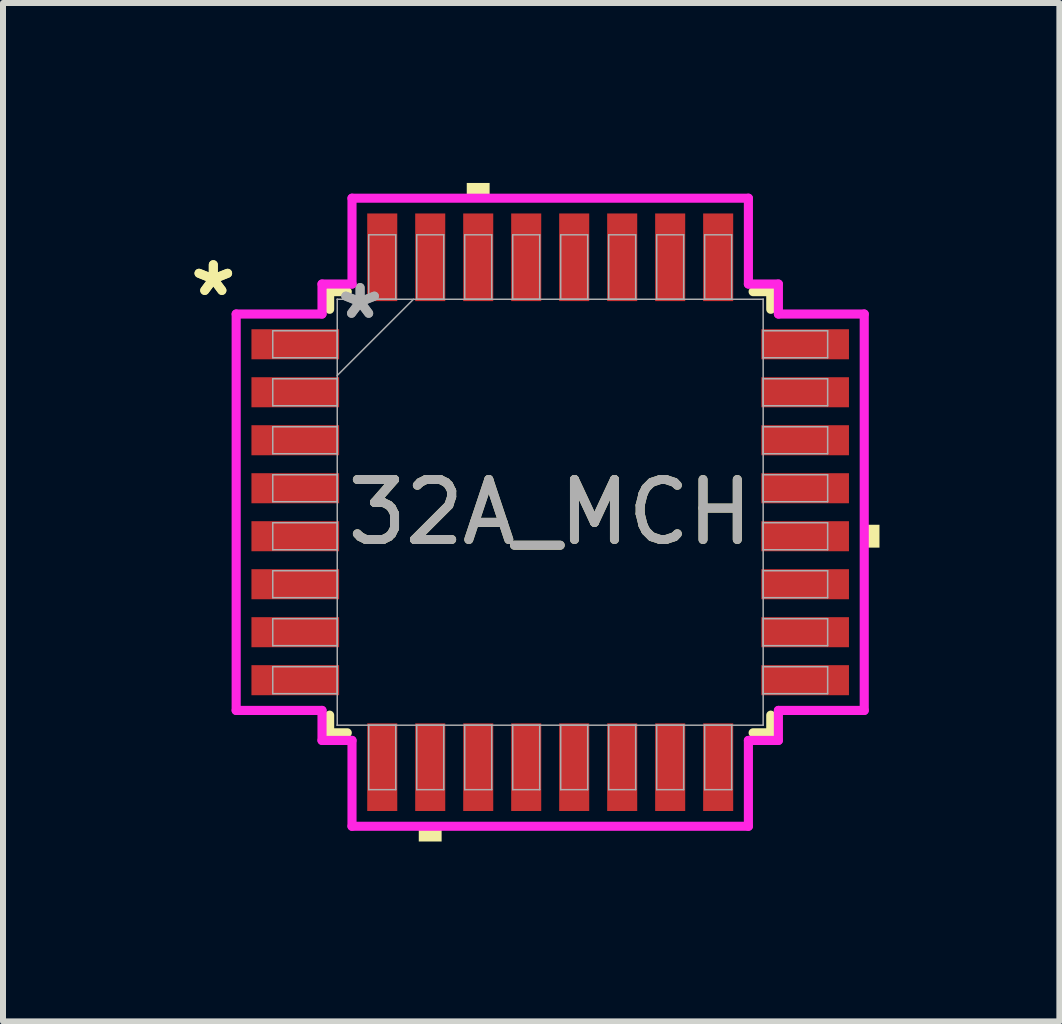
<source format=kicad_pcb>
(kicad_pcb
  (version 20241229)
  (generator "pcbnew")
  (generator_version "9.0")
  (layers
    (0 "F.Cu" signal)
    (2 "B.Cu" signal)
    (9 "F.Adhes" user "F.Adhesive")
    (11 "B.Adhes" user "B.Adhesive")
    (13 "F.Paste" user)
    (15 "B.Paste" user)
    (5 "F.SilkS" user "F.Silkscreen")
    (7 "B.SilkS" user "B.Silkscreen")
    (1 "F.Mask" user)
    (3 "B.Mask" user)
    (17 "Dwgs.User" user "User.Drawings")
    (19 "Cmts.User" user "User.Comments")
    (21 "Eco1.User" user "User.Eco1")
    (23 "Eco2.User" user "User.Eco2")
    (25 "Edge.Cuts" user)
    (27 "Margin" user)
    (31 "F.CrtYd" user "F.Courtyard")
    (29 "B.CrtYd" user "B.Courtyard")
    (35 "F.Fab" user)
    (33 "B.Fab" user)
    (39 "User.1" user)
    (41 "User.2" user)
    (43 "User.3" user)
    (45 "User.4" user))
  (footprint "32A_MCH"
    (layer "F.Cu")
    (at 6.122 5.489)
    (property "Reference" "32A_MCH" (at 0 0 0) (unlocked yes) (layer "F.SilkS") (effects (font (size 1 1) (thickness 0.15))))
    (attr smd)
    (fp_line (start -3.677 -3.677) (end -3.677 -3.383) (stroke (width 0.152) (type solid)) (layer "F.SilkS"))
    (fp_line (start -3.677 3.383) (end -3.677 3.677) (stroke (width 0.152) (type solid)) (layer "F.SilkS"))
    (fp_line (start -3.677 3.677) (end -3.383 3.677) (stroke (width 0.152) (type solid)) (layer "F.SilkS"))
    (fp_line (start -3.383 -3.677) (end -3.677 -3.677) (stroke (width 0.152) (type solid)) (layer "F.SilkS"))
    (fp_line (start 3.383 3.677) (end 3.677 3.677) (stroke (width 0.152) (type solid)) (layer "F.SilkS"))
    (fp_line (start 3.677 -3.677) (end 3.383 -3.677) (stroke (width 0.152) (type solid)) (layer "F.SilkS"))
    (fp_line (start 3.677 -3.383) (end 3.677 -3.677) (stroke (width 0.152) (type solid)) (layer "F.SilkS"))
    (fp_line (start 3.677 3.677) (end 3.677 3.383) (stroke (width 0.152) (type solid)) (layer "F.SilkS"))
    (fp_poly (pts (xy -2.191 5.235) (xy -2.191 5.489) (xy -1.81 5.489) (xy -1.81 5.235)) (stroke (width 0) (type solid)) (fill yes) (layer "F.SilkS"))
    (fp_poly (pts (xy -1.391 -5.235) (xy -1.391 -5.489) (xy -1.01 -5.489) (xy -1.01 -5.235)) (stroke (width 0) (type solid)) (fill yes) (layer "F.SilkS"))
    (fp_poly (pts (xy 5.489 0.209) (xy 5.489 0.59) (xy 5.235 0.59) (xy 5.235 0.209)) (stroke (width 0) (type solid)) (fill yes) (layer "F.SilkS"))
    (fp_line (start -5.235 -3.304) (end -3.804 -3.304) (stroke (width 0.152) (type solid)) (layer "F.CrtYd"))
    (fp_line (start -5.235 3.304) (end -5.235 -3.304) (stroke (width 0.152) (type solid)) (layer "F.CrtYd"))
    (fp_line (start -3.804 -3.804) (end -3.304 -3.804) (stroke (width 0.152) (type solid)) (layer "F.CrtYd"))
    (fp_line (start -3.804 -3.304) (end -3.804 -3.804) (stroke (width 0.152) (type solid)) (layer "F.CrtYd"))
    (fp_line (start -3.804 3.304) (end -5.235 3.304) (stroke (width 0.152) (type solid)) (layer "F.CrtYd"))
    (fp_line (start -3.804 3.804) (end -3.804 3.304) (stroke (width 0.152) (type solid)) (layer "F.CrtYd"))
    (fp_line (start -3.804 3.804) (end -3.304 3.804) (stroke (width 0.152) (type solid)) (layer "F.CrtYd"))
    (fp_line (start -3.304 -5.235) (end 3.304 -5.235) (stroke (width 0.152) (type solid)) (layer "F.CrtYd"))
    (fp_line (start -3.304 -3.804) (end -3.304 -5.235) (stroke (width 0.152) (type solid)) (layer "F.CrtYd"))
    (fp_line (start -3.304 3.804) (end -3.304 5.235) (stroke (width 0.152) (type solid)) (layer "F.CrtYd"))
    (fp_line (start -3.304 5.235) (end 3.304 5.235) (stroke (width 0.152) (type solid)) (layer "F.CrtYd"))
    (fp_line (start 3.304 -5.235) (end 3.304 -3.804) (stroke (width 0.152) (type solid)) (layer "F.CrtYd"))
    (fp_line (start 3.304 -3.804) (end 3.804 -3.804) (stroke (width 0.152) (type solid)) (layer "F.CrtYd"))
    (fp_line (start 3.304 3.804) (end 3.804 3.804) (stroke (width 0.152) (type solid)) (layer "F.CrtYd"))
    (fp_line (start 3.304 5.235) (end 3.304 3.804) (stroke (width 0.152) (type solid)) (layer "F.CrtYd"))
    (fp_line (start 3.804 -3.304) (end 3.804 -3.804) (stroke (width 0.152) (type solid)) (layer "F.CrtYd"))
    (fp_line (start 3.804 3.304) (end 5.235 3.304) (stroke (width 0.152) (type solid)) (layer "F.CrtYd"))
    (fp_line (start 3.804 3.804) (end 3.804 3.304) (stroke (width 0.152) (type solid)) (layer "F.CrtYd"))
    (fp_line (start 5.235 -3.304) (end 3.804 -3.304) (stroke (width 0.152) (type solid)) (layer "F.CrtYd"))
    (fp_line (start 5.235 3.304) (end 5.235 -3.304) (stroke (width 0.152) (type solid)) (layer "F.CrtYd"))
    (fp_line (start -4.625 -3.025) (end -4.625 -2.575) (stroke (width 0.025) (type solid)) (layer "F.Fab"))
    (fp_line (start -4.625 -2.575) (end -3.55 -2.575) (stroke (width 0.025) (type solid)) (layer "F.Fab"))
    (fp_line (start -4.625 -2.225) (end -4.625 -1.775) (stroke (width 0.025) (type solid)) (layer "F.Fab"))
    (fp_line (start -4.625 -1.775) (end -3.55 -1.775) (stroke (width 0.025) (type solid)) (layer "F.Fab"))
    (fp_line (start -4.625 -1.425) (end -4.625 -0.975) (stroke (width 0.025) (type solid)) (layer "F.Fab"))
    (fp_line (start -4.625 -0.975) (end -3.55 -0.975) (stroke (width 0.025) (type solid)) (layer "F.Fab"))
    (fp_line (start -4.625 -0.625) (end -4.625 -0.175) (stroke (width 0.025) (type solid)) (layer "F.Fab"))
    (fp_line (start -4.625 -0.175) (end -3.55 -0.175) (stroke (width 0.025) (type solid)) (layer "F.Fab"))
    (fp_line (start -4.625 0.175) (end -4.625 0.625) (stroke (width 0.025) (type solid)) (layer "F.Fab"))
    (fp_line (start -4.625 0.625) (end -3.55 0.625) (stroke (width 0.025) (type solid)) (layer "F.Fab"))
    (fp_line (start -4.625 0.975) (end -4.625 1.425) (stroke (width 0.025) (type solid)) (layer "F.Fab"))
    (fp_line (start -4.625 1.425) (end -3.55 1.425) (stroke (width 0.025) (type solid)) (layer "F.Fab"))
    (fp_line (start -4.625 1.775) (end -4.625 2.225) (stroke (width 0.025) (type solid)) (layer "F.Fab"))
    (fp_line (start -4.625 2.225) (end -3.55 2.225) (stroke (width 0.025) (type solid)) (layer "F.Fab"))
    (fp_line (start -4.625 2.575) (end -4.625 3.025) (stroke (width 0.025) (type solid)) (layer "F.Fab"))
    (fp_line (start -4.625 3.025) (end -3.55 3.025) (stroke (width 0.025) (type solid)) (layer "F.Fab"))
    (fp_line (start -3.55 -3.55) (end -3.55 -3.55) (stroke (width 0.025) (type solid)) (layer "F.Fab"))
    (fp_line (start -3.55 -3.55) (end -3.55 3.55) (stroke (width 0.025) (type solid)) (layer "F.Fab"))
    (fp_line (start -3.55 -3.025) (end -4.625 -3.025) (stroke (width 0.025) (type solid)) (layer "F.Fab"))
    (fp_line (start -3.55 -2.575) (end -3.55 -3.025) (stroke (width 0.025) (type solid)) (layer "F.Fab"))
    (fp_line (start -3.55 -2.28) (end -2.28 -3.55) (stroke (width 0.025) (type solid)) (layer "F.Fab"))
    (fp_line (start -3.55 -2.225) (end -4.625 -2.225) (stroke (width 0.025) (type solid)) (layer "F.Fab"))
    (fp_line (start -3.55 -1.775) (end -3.55 -2.225) (stroke (width 0.025) (type solid)) (layer "F.Fab"))
    (fp_line (start -3.55 -1.425) (end -4.625 -1.425) (stroke (width 0.025) (type solid)) (layer "F.Fab"))
    (fp_line (start -3.55 -0.975) (end -3.55 -1.425) (stroke (width 0.025) (type solid)) (layer "F.Fab"))
    (fp_line (start -3.55 -0.625) (end -4.625 -0.625) (stroke (width 0.025) (type solid)) (layer "F.Fab"))
    (fp_line (start -3.55 -0.175) (end -3.55 -0.625) (stroke (width 0.025) (type solid)) (layer "F.Fab"))
    (fp_line (start -3.55 0.175) (end -4.625 0.175) (stroke (width 0.025) (type solid)) (layer "F.Fab"))
    (fp_line (start -3.55 0.625) (end -3.55 0.175) (stroke (width 0.025) (type solid)) (layer "F.Fab"))
    (fp_line (start -3.55 0.975) (end -4.625 0.975) (stroke (width 0.025) (type solid)) (layer "F.Fab"))
    (fp_line (start -3.55 1.425) (end -3.55 0.975) (stroke (width 0.025) (type solid)) (layer "F.Fab"))
    (fp_line (start -3.55 1.775) (end -4.625 1.775) (stroke (width 0.025) (type solid)) (layer "F.Fab"))
    (fp_line (start -3.55 2.225) (end -3.55 1.775) (stroke (width 0.025) (type solid)) (layer "F.Fab"))
    (fp_line (start -3.55 2.575) (end -4.625 2.575) (stroke (width 0.025) (type solid)) (layer "F.Fab"))
    (fp_line (start -3.55 3.025) (end -3.55 2.575) (stroke (width 0.025) (type solid)) (layer "F.Fab"))
    (fp_line (start -3.55 3.55) (end -3.55 3.55) (stroke (width 0.025) (type solid)) (layer "F.Fab"))
    (fp_line (start -3.55 3.55) (end 3.55 3.55) (stroke (width 0.025) (type solid)) (layer "F.Fab"))
    (fp_line (start -3.025 -4.625) (end -3.025 -3.55) (stroke (width 0.025) (type solid)) (layer "F.Fab"))
    (fp_line (start -3.025 -3.55) (end -2.575 -3.55) (stroke (width 0.025) (type solid)) (layer "F.Fab"))
    (fp_line (start -3.025 3.55) (end -3.025 4.625) (stroke (width 0.025) (type solid)) (layer "F.Fab"))
    (fp_line (start -3.025 4.625) (end -2.575 4.625) (stroke (width 0.025) (type solid)) (layer "F.Fab"))
    (fp_line (start -2.575 3.55) (end -3.025 3.55) (stroke (width 0.025) (type solid)) (layer "F.Fab"))
    (fp_line (start -2.575 4.625) (end -2.575 3.55) (stroke (width 0.025) (type solid)) (layer "F.Fab"))
    (fp_line (start -2.575 -4.625) (end -3.025 -4.625) (stroke (width 0.025) (type solid)) (layer "F.Fab"))
    (fp_line (start -2.575 -3.55) (end -2.575 -4.625) (stroke (width 0.025) (type solid)) (layer "F.Fab"))
    (fp_line (start -2.225 -4.625) (end -2.225 -3.55) (stroke (width 0.025) (type solid)) (layer "F.Fab"))
    (fp_line (start -2.225 -3.55) (end -1.775 -3.55) (stroke (width 0.025) (type solid)) (layer "F.Fab"))
    (fp_line (start -2.225 3.55) (end -2.225 4.625) (stroke (width 0.025) (type solid)) (layer "F.Fab"))
    (fp_line (start -2.225 4.625) (end -1.775 4.625) (stroke (width 0.025) (type solid)) (layer "F.Fab"))
    (fp_line (start -1.775 -4.625) (end -2.225 -4.625) (stroke (width 0.025) (type solid)) (layer "F.Fab"))
    (fp_line (start -1.775 -3.55) (end -1.775 -4.625) (stroke (width 0.025) (type solid)) (layer "F.Fab"))
    (fp_line (start -1.775 3.55) (end -2.225 3.55) (stroke (width 0.025) (type solid)) (layer "F.Fab"))
    (fp_line (start -1.775 4.625) (end -1.775 3.55) (stroke (width 0.025) (type solid)) (layer "F.Fab"))
    (fp_line (start -1.425 -4.625) (end -1.425 -3.55) (stroke (width 0.025) (type solid)) (layer "F.Fab"))
    (fp_line (start -1.425 -3.55) (end -0.975 -3.55) (stroke (width 0.025) (type solid)) (layer "F.Fab"))
    (fp_line (start -1.425 3.55) (end -1.425 4.625) (stroke (width 0.025) (type solid)) (layer "F.Fab"))
    (fp_line (start -1.425 4.625) (end -0.975 4.625) (stroke (width 0.025) (type solid)) (layer "F.Fab"))
    (fp_line (start -0.975 -4.625) (end -1.425 -4.625) (stroke (width 0.025) (type solid)) (layer "F.Fab"))
    (fp_line (start -0.975 -3.55) (end -0.975 -4.625) (stroke (width 0.025) (type solid)) (layer "F.Fab"))
    (fp_line (start -0.975 3.55) (end -1.425 3.55) (stroke (width 0.025) (type solid)) (layer "F.Fab"))
    (fp_line (start -0.975 4.625) (end -0.975 3.55) (stroke (width 0.025) (type solid)) (layer "F.Fab"))
    (fp_line (start -0.625 -4.625) (end -0.625 -3.55) (stroke (width 0.025) (type solid)) (layer "F.Fab"))
    (fp_line (start -0.625 -3.55) (end -0.175 -3.55) (stroke (width 0.025) (type solid)) (layer "F.Fab"))
    (fp_line (start -0.625 3.55) (end -0.625 4.625) (stroke (width 0.025) (type solid)) (layer "F.Fab"))
    (fp_line (start -0.625 4.625) (end -0.175 4.625) (stroke (width 0.025) (type solid)) (layer "F.Fab"))
    (fp_line (start -0.175 -4.625) (end -0.625 -4.625) (stroke (width 0.025) (type solid)) (layer "F.Fab"))
    (fp_line (start -0.175 -3.55) (end -0.175 -4.625) (stroke (width 0.025) (type solid)) (layer "F.Fab"))
    (fp_line (start -0.175 3.55) (end -0.625 3.55) (stroke (width 0.025) (type solid)) (layer "F.Fab"))
    (fp_line (start -0.175 4.625) (end -0.175 3.55) (stroke (width 0.025) (type solid)) (layer "F.Fab"))
    (fp_line (start 0.175 -4.625) (end 0.175 -3.55) (stroke (width 0.025) (type solid)) (layer "F.Fab"))
    (fp_line (start 0.175 -3.55) (end 0.625 -3.55) (stroke (width 0.025) (type solid)) (layer "F.Fab"))
    (fp_line (start 0.175 3.55) (end 0.175 4.625) (stroke (width 0.025) (type solid)) (layer "F.Fab"))
    (fp_line (start 0.175 4.625) (end 0.625 4.625) (stroke (width 0.025) (type solid)) (layer "F.Fab"))
    (fp_line (start 0.625 -4.625) (end 0.175 -4.625) (stroke (width 0.025) (type solid)) (layer "F.Fab"))
    (fp_line (start 0.625 -3.55) (end 0.625 -4.625) (stroke (width 0.025) (type solid)) (layer "F.Fab"))
    (fp_line (start 0.625 3.55) (end 0.175 3.55) (stroke (width 0.025) (type solid)) (layer "F.Fab"))
    (fp_line (start 0.625 4.625) (end 0.625 3.55) (stroke (width 0.025) (type solid)) (layer "F.Fab"))
    (fp_line (start 0.975 -4.625) (end 0.975 -3.55) (stroke (width 0.025) (type solid)) (layer "F.Fab"))
    (fp_line (start 0.975 -3.55) (end 1.425 -3.55) (stroke (width 0.025) (type solid)) (layer "F.Fab"))
    (fp_line (start 0.975 3.55) (end 0.975 4.625) (stroke (width 0.025) (type solid)) (layer "F.Fab"))
    (fp_line (start 0.975 4.625) (end 1.425 4.625) (stroke (width 0.025) (type solid)) (layer "F.Fab"))
    (fp_line (start 1.425 -4.625) (end 0.975 -4.625) (stroke (width 0.025) (type solid)) (layer "F.Fab"))
    (fp_line (start 1.425 -3.55) (end 1.425 -4.625) (stroke (width 0.025) (type solid)) (layer "F.Fab"))
    (fp_line (start 1.425 3.55) (end 0.975 3.55) (stroke (width 0.025) (type solid)) (layer "F.Fab"))
    (fp_line (start 1.425 4.625) (end 1.425 3.55) (stroke (width 0.025) (type solid)) (layer "F.Fab"))
    (fp_line (start 1.775 -4.625) (end 1.775 -3.55) (stroke (width 0.025) (type solid)) (layer "F.Fab"))
    (fp_line (start 1.775 -3.55) (end 2.225 -3.55) (stroke (width 0.025) (type solid)) (layer "F.Fab"))
    (fp_line (start 1.775 3.55) (end 1.775 4.625) (stroke (width 0.025) (type solid)) (layer "F.Fab"))
    (fp_line (start 1.775 4.625) (end 2.225 4.625) (stroke (width 0.025) (type solid)) (layer "F.Fab"))
    (fp_line (start 2.225 -4.625) (end 1.775 -4.625) (stroke (width 0.025) (type solid)) (layer "F.Fab"))
    (fp_line (start 2.225 -3.55) (end 2.225 -4.625) (stroke (width 0.025) (type solid)) (layer "F.Fab"))
    (fp_line (start 2.225 3.55) (end 1.775 3.55) (stroke (width 0.025) (type solid)) (layer "F.Fab"))
    (fp_line (start 2.225 4.625) (end 2.225 3.55) (stroke (width 0.025) (type solid)) (layer "F.Fab"))
    (fp_line (start 2.575 3.55) (end 2.575 4.625) (stroke (width 0.025) (type solid)) (layer "F.Fab"))
    (fp_line (start 2.575 4.625) (end 3.025 4.625) (stroke (width 0.025) (type solid)) (layer "F.Fab"))
    (fp_line (start 2.575 -4.625) (end 2.575 -3.55) (stroke (width 0.025) (type solid)) (layer "F.Fab"))
    (fp_line (start 2.575 -3.55) (end 3.025 -3.55) (stroke (width 0.025) (type solid)) (layer "F.Fab"))
    (fp_line (start 3.025 -4.625) (end 2.575 -4.625) (stroke (width 0.025) (type solid)) (layer "F.Fab"))
    (fp_line (start 3.025 -3.55) (end 3.025 -4.625) (stroke (width 0.025) (type solid)) (layer "F.Fab"))
    (fp_line (start 3.025 3.55) (end 2.575 3.55) (stroke (width 0.025) (type solid)) (layer "F.Fab"))
    (fp_line (start 3.025 4.625) (end 3.025 3.55) (stroke (width 0.025) (type solid)) (layer "F.Fab"))
    (fp_line (start 3.55 -3.55) (end -3.55 -3.55) (stroke (width 0.025) (type solid)) (layer "F.Fab"))
    (fp_line (start 3.55 -3.55) (end 3.55 -3.55) (stroke (width 0.025) (type solid)) (layer "F.Fab"))
    (fp_line (start 3.55 -3.025) (end 3.55 -2.575) (stroke (width 0.025) (type solid)) (layer "F.Fab"))
    (fp_line (start 3.55 -2.575) (end 4.625 -2.575) (stroke (width 0.025) (type solid)) (layer "F.Fab"))
    (fp_line (start 3.55 -2.225) (end 3.55 -1.775) (stroke (width 0.025) (type solid)) (layer "F.Fab"))
    (fp_line (start 3.55 -1.775) (end 4.625 -1.775) (stroke (width 0.025) (type solid)) (layer "F.Fab"))
    (fp_line (start 3.55 -1.425) (end 3.55 -0.975) (stroke (width 0.025) (type solid)) (layer "F.Fab"))
    (fp_line (start 3.55 -0.975) (end 4.625 -0.975) (stroke (width 0.025) (type solid)) (layer "F.Fab"))
    (fp_line (start 3.55 -0.625) (end 3.55 -0.175) (stroke (width 0.025) (type solid)) (layer "F.Fab"))
    (fp_line (start 3.55 -0.175) (end 4.625 -0.175) (stroke (width 0.025) (type solid)) (layer "F.Fab"))
    (fp_line (start 3.55 0.175) (end 3.55 0.625) (stroke (width 0.025) (type solid)) (layer "F.Fab"))
    (fp_line (start 3.55 0.625) (end 4.625 0.625) (stroke (width 0.025) (type solid)) (layer "F.Fab"))
    (fp_line (start 3.55 0.975) (end 3.55 1.425) (stroke (width 0.025) (type solid)) (layer "F.Fab"))
    (fp_line (start 3.55 1.425) (end 4.625 1.425) (stroke (width 0.025) (type solid)) (layer "F.Fab"))
    (fp_line (start 3.55 1.775) (end 3.55 2.225) (stroke (width 0.025) (type solid)) (layer "F.Fab"))
    (fp_line (start 3.55 2.225) (end 4.625 2.225) (stroke (width 0.025) (type solid)) (layer "F.Fab"))
    (fp_line (start 3.55 2.575) (end 3.55 3.025) (stroke (width 0.025) (type solid)) (layer "F.Fab"))
    (fp_line (start 3.55 3.025) (end 4.625 3.025) (stroke (width 0.025) (type solid)) (layer "F.Fab"))
    (fp_line (start 3.55 3.55) (end 3.55 -3.55) (stroke (width 0.025) (type solid)) (layer "F.Fab"))
    (fp_line (start 3.55 3.55) (end 3.55 3.55) (stroke (width 0.025) (type solid)) (layer "F.Fab"))
    (fp_line (start 4.625 -3.025) (end 3.55 -3.025) (stroke (width 0.025) (type solid)) (layer "F.Fab"))
    (fp_line (start 4.625 -2.575) (end 4.625 -3.025) (stroke (width 0.025) (type solid)) (layer "F.Fab"))
    (fp_line (start 4.625 -2.225) (end 3.55 -2.225) (stroke (width 0.025) (type solid)) (layer "F.Fab"))
    (fp_line (start 4.625 -1.775) (end 4.625 -2.225) (stroke (width 0.025) (type solid)) (layer "F.Fab"))
    (fp_line (start 4.625 -1.425) (end 3.55 -1.425) (stroke (width 0.025) (type solid)) (layer "F.Fab"))
    (fp_line (start 4.625 -0.975) (end 4.625 -1.425) (stroke (width 0.025) (type solid)) (layer "F.Fab"))
    (fp_line (start 4.625 -0.625) (end 3.55 -0.625) (stroke (width 0.025) (type solid)) (layer "F.Fab"))
    (fp_line (start 4.625 -0.175) (end 4.625 -0.625) (stroke (width 0.025) (type solid)) (layer "F.Fab"))
    (fp_line (start 4.625 0.175) (end 3.55 0.175) (stroke (width 0.025) (type solid)) (layer "F.Fab"))
    (fp_line (start 4.625 0.625) (end 4.625 0.175) (stroke (width 0.025) (type solid)) (layer "F.Fab"))
    (fp_line (start 4.625 0.975) (end 3.55 0.975) (stroke (width 0.025) (type solid)) (layer "F.Fab"))
    (fp_line (start 4.625 1.425) (end 4.625 0.975) (stroke (width 0.025) (type solid)) (layer "F.Fab"))
    (fp_line (start 4.625 1.775) (end 3.55 1.775) (stroke (width 0.025) (type solid)) (layer "F.Fab"))
    (fp_line (start 4.625 2.225) (end 4.625 1.775) (stroke (width 0.025) (type solid)) (layer "F.Fab"))
    (fp_line (start 4.625 2.575) (end 3.55 2.575) (stroke (width 0.025) (type solid)) (layer "F.Fab"))
    (fp_line (start 4.625 3.025) (end 4.625 2.575) (stroke (width 0.025) (type solid)) (layer "F.Fab"))
    (fp_text user "*" (at -5.616 -3.581 0) (layer "F.SilkS") (effects (font (size 1 1) (thickness 0.15))))
    (fp_text user "*" (at -5.616 -3.581 0) (unlocked yes) (layer "F.SilkS") (effects (font (size 1 1) (thickness 0.15))))
    (fp_text user "${REFERENCE}" (at 0 0 0) (unlocked yes) (layer "F.Fab") (effects (font (size 1 1) (thickness 0.15))))
    (fp_text user "*" (at -3.169 -3.2 0) (layer "F.Fab") (effects (font (size 1 1) (thickness 0.15))))
    (fp_text user "*" (at -3.169 -3.2 0) (unlocked yes) (layer "F.Fab") (effects (font (size 1 1) (thickness 0.15))))
    (pad "1" smd rect (at -4.25 -2.8 90) (size 0.501 1.461) (layers "F.Cu" "F.Mask" "F.Paste"))
    (pad "2" smd rect (at -4.25 -2 90) (size 0.501 1.461) (layers "F.Cu" "F.Mask" "F.Paste"))
    (pad "3" smd rect (at -4.25 -1.2 90) (size 0.501 1.461) (layers "F.Cu" "F.Mask" "F.Paste"))
    (pad "4" smd rect (at -4.25 -0.4 90) (size 0.501 1.461) (layers "F.Cu" "F.Mask" "F.Paste"))
    (pad "5" smd rect (at -4.25 0.4 90) (size 0.501 1.461) (layers "F.Cu" "F.Mask" "F.Paste"))
    (pad "6" smd rect (at -4.25 1.2 90) (size 0.501 1.461) (layers "F.Cu" "F.Mask" "F.Paste"))
    (pad "7" smd rect (at -4.25 2 90) (size 0.501 1.461) (layers "F.Cu" "F.Mask" "F.Paste"))
    (pad "8" smd rect (at -4.25 2.8 90) (size 0.501 1.461) (layers "F.Cu" "F.Mask" "F.Paste"))
    (pad "9" smd rect (at -2.8 4.25) (size 0.501 1.461) (layers "F.Cu" "F.Mask" "F.Paste"))
    (pad "10" smd rect (at -2 4.25) (size 0.501 1.461) (layers "F.Cu" "F.Mask" "F.Paste"))
    (pad "11" smd rect (at -1.2 4.25) (size 0.501 1.461) (layers "F.Cu" "F.Mask" "F.Paste"))
    (pad "12" smd rect (at -0.4 4.25) (size 0.501 1.461) (layers "F.Cu" "F.Mask" "F.Paste"))
    (pad "13" smd rect (at 0.4 4.25) (size 0.501 1.461) (layers "F.Cu" "F.Mask" "F.Paste"))
    (pad "14" smd rect (at 1.2 4.25) (size 0.501 1.461) (layers "F.Cu" "F.Mask" "F.Paste"))
    (pad "15" smd rect (at 2 4.25) (size 0.501 1.461) (layers "F.Cu" "F.Mask" "F.Paste"))
    (pad "16" smd rect (at 2.8 4.25) (size 0.501 1.461) (layers "F.Cu" "F.Mask" "F.Paste"))
    (pad "17" smd rect (at 4.25 2.8 90) (size 0.501 1.461) (layers "F.Cu" "F.Mask" "F.Paste"))
    (pad "18" smd rect (at 4.25 2 90) (size 0.501 1.461) (layers "F.Cu" "F.Mask" "F.Paste"))
    (pad "19" smd rect (at 4.25 1.2 90) (size 0.501 1.461) (layers "F.Cu" "F.Mask" "F.Paste"))
    (pad "20" smd rect (at 4.25 0.4 90) (size 0.501 1.461) (layers "F.Cu" "F.Mask" "F.Paste"))
    (pad "21" smd rect (at 4.25 -0.4 90) (size 0.501 1.461) (layers "F.Cu" "F.Mask" "F.Paste"))
    (pad "22" smd rect (at 4.25 -1.2 90) (size 0.501 1.461) (layers "F.Cu" "F.Mask" "F.Paste"))
    (pad "23" smd rect (at 4.25 -2 90) (size 0.501 1.461) (layers "F.Cu" "F.Mask" "F.Paste"))
    (pad "24" smd rect (at 4.25 -2.8 90) (size 0.501 1.461) (layers "F.Cu" "F.Mask" "F.Paste"))
    (pad "25" smd rect (at 2.8 -4.25) (size 0.501 1.461) (layers "F.Cu" "F.Mask" "F.Paste"))
    (pad "26" smd rect (at 2 -4.25) (size 0.501 1.461) (layers "F.Cu" "F.Mask" "F.Paste"))
    (pad "27" smd rect (at 1.2 -4.25) (size 0.501 1.461) (layers "F.Cu" "F.Mask" "F.Paste"))
    (pad "28" smd rect (at 0.4 -4.25) (size 0.501 1.461) (layers "F.Cu" "F.Mask" "F.Paste"))
    (pad "29" smd rect (at -0.4 -4.25) (size 0.501 1.461) (layers "F.Cu" "F.Mask" "F.Paste"))
    (pad "30" smd rect (at -1.2 -4.25) (size 0.501 1.461) (layers "F.Cu" "F.Mask" "F.Paste"))
    (pad "31" smd rect (at -2 -4.25) (size 0.501 1.461) (layers "F.Cu" "F.Mask" "F.Paste"))
    (pad "32" smd rect (at -2.8 -4.25) (size 0.501 1.461) (layers "F.Cu" "F.Mask" "F.Paste")))
  (gr_rect
    (start -3 -3)
    (end 14.61 13.977)
    (stroke (width 0.1) (type default))
    (fill no)
    (layer "Edge.Cuts")))
</source>
